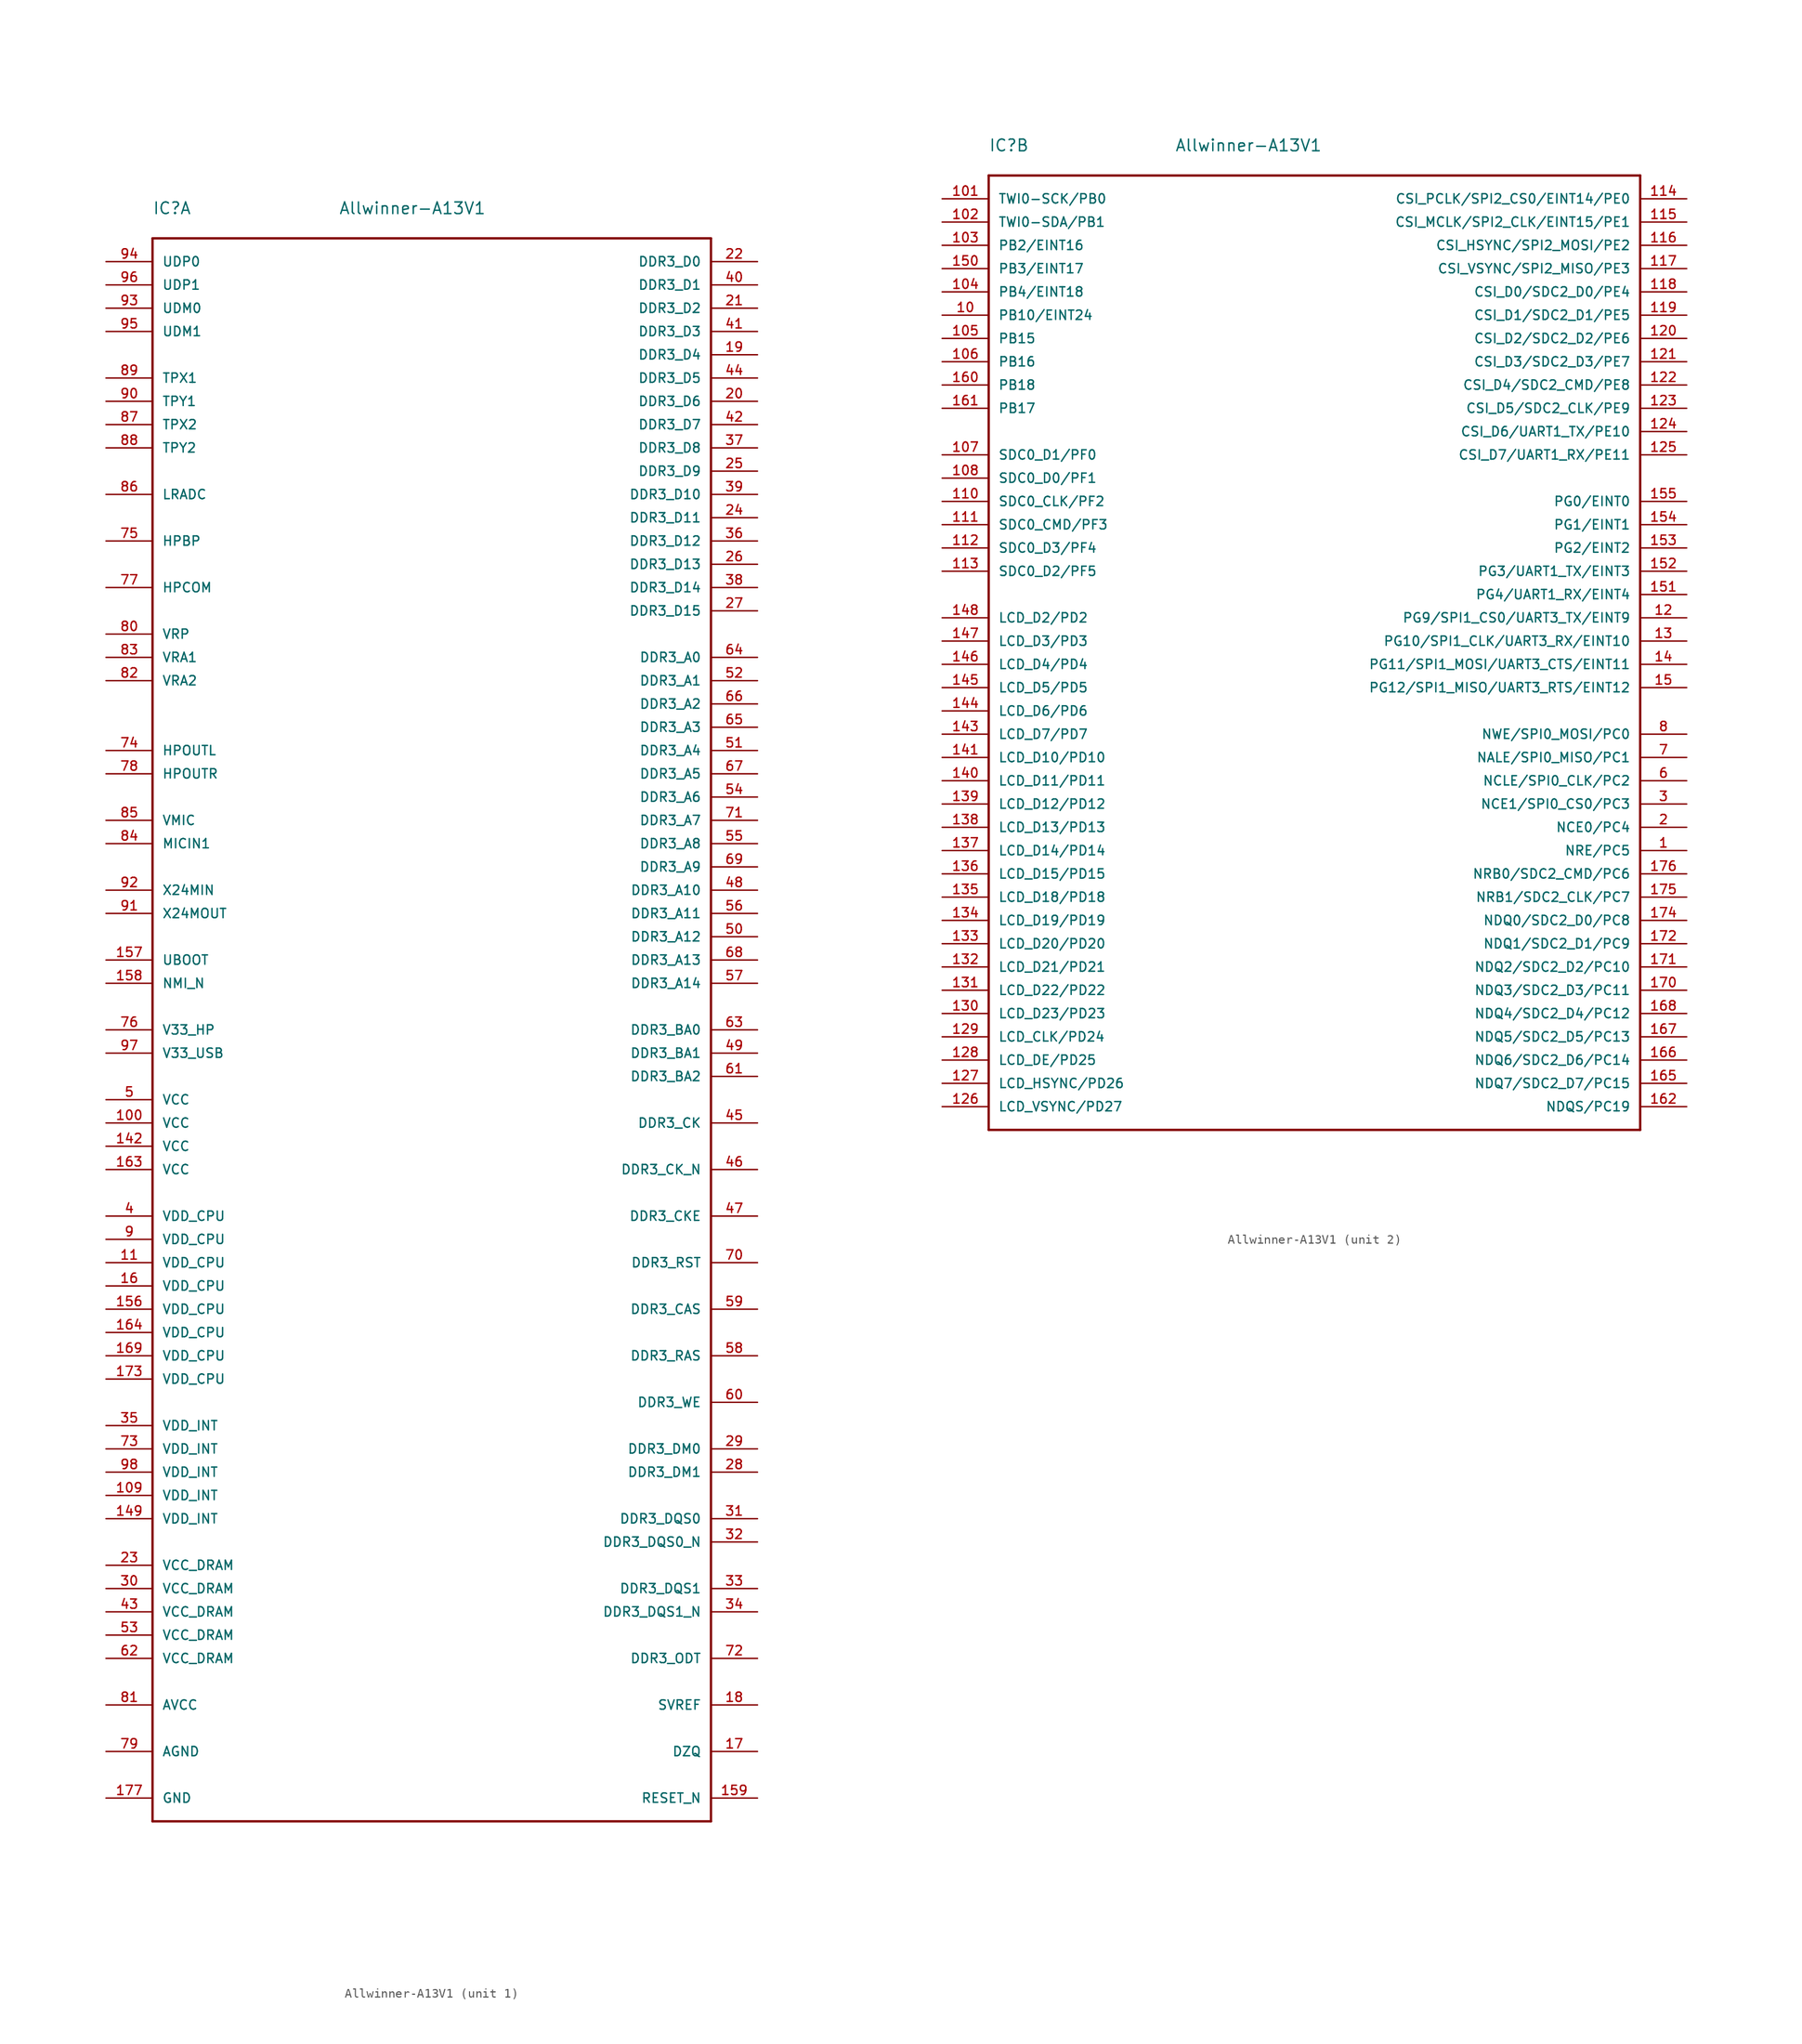
<source format=kicad_sym>
(kicad_symbol_lib
  (version 20220914)
  (generator kicad_symbol_editor)
  (symbol "Allwinner-A13V1"
    (pin_names
      (offset 1.016))
    (property "Reference" "IC"
      (at 0 2.54 0)
      (effects (font (size 1.27 1.27)) (justify left bottom)))
    (property "Value" "Allwinner-A13V1"
      (at 20.32 2.54 0)
      (effects (font (size 1.27 1.27)) (justify left bottom)))
    (property "ki_locked" ""
      (at 0 0 0)
      (effects (font (size 1.27 1.27))))
    (symbol "Allwinner-A13V1_1_0"
      (polyline (pts (xy 0 -172.72) (xy 0 0)) (stroke (width 0.254) (type solid)) (fill (type none)))
      (polyline (pts (xy 0 0) (xy 60.96 0)) (stroke (width 0.254) (type solid)) (fill (type none)))
      (polyline (pts (xy 60.96 -172.72) (xy 0 -172.72)) (stroke (width 0.254) (type solid)) (fill (type none)))
      (polyline (pts (xy 60.96 0) (xy 60.96 -172.72)) (stroke (width 0.254) (type solid)) (fill (type none)))
      (pin power_in line (at -5.08 -96.52 0) (length 5.08) (name "VCC" (effects (font (size 1.016 1.016)))) (number "100" (effects (font (size 1.016 1.016)))))
      (pin power_in line (at -5.08 -137.16 0) (length 5.08) (name "VDD_INT" (effects (font (size 1.016 1.016)))) (number "109" (effects (font (size 1.016 1.016)))))
      (pin power_in line (at -5.08 -111.76 0) (length 5.08) (name "VDD_CPU" (effects (font (size 1.016 1.016)))) (number "11" (effects (font (size 1.016 1.016)))))
      (pin power_in line (at -5.08 -99.06 0) (length 5.08) (name "VCC" (effects (font (size 1.016 1.016)))) (number "142" (effects (font (size 1.016 1.016)))))
      (pin power_in line (at -5.08 -139.7 0) (length 5.08) (name "VDD_INT" (effects (font (size 1.016 1.016)))) (number "149" (effects (font (size 1.016 1.016)))))
      (pin power_in line (at -5.08 -116.84 0) (length 5.08) (name "VDD_CPU" (effects (font (size 1.016 1.016)))) (number "156" (effects (font (size 1.016 1.016)))))
      (pin input line (at -5.08 -78.74 0) (length 5.08) (name "UBOOT" (effects (font (size 1.016 1.016)))) (number "157" (effects (font (size 1.016 1.016)))))
      (pin bidirectional line (at -5.08 -81.28 0) (length 5.08) (name "NMI_N" (effects (font (size 1.016 1.016)))) (number "158" (effects (font (size 1.016 1.016)))))
      (pin bidirectional line (at 66.04 -170.18 180) (length 5.08) (name "RESET_N" (effects (font (size 1.016 1.016)))) (number "159" (effects (font (size 1.016 1.016)))))
      (pin power_in line (at -5.08 -114.3 0) (length 5.08) (name "VDD_CPU" (effects (font (size 1.016 1.016)))) (number "16" (effects (font (size 1.016 1.016)))))
      (pin power_in line (at -5.08 -101.6 0) (length 5.08) (name "VCC" (effects (font (size 1.016 1.016)))) (number "163" (effects (font (size 1.016 1.016)))))
      (pin power_in line (at -5.08 -119.38 0) (length 5.08) (name "VDD_CPU" (effects (font (size 1.016 1.016)))) (number "164" (effects (font (size 1.016 1.016)))))
      (pin power_in line (at -5.08 -121.92 0) (length 5.08) (name "VDD_CPU" (effects (font (size 1.016 1.016)))) (number "169" (effects (font (size 1.016 1.016)))))
      (pin bidirectional line (at 66.04 -165.1 180) (length 5.08) (name "DZQ" (effects (font (size 1.016 1.016)))) (number "17" (effects (font (size 1.016 1.016)))))
      (pin power_in line (at -5.08 -124.46 0) (length 5.08) (name "VDD_CPU" (effects (font (size 1.016 1.016)))) (number "173" (effects (font (size 1.016 1.016)))))
      (pin power_in line (at -5.08 -170.18 0) (length 5.08) (name "GND" (effects (font (size 1.016 1.016)))) (number "177" (effects (font (size 1.016 1.016)))))
      (pin power_in line (at 66.04 -160.02 180) (length 5.08) (name "SVREF" (effects (font (size 1.016 1.016)))) (number "18" (effects (font (size 1.016 1.016)))))
      (pin bidirectional line (at 66.04 -12.7 180) (length 5.08) (name "DDR3_D4" (effects (font (size 1.016 1.016)))) (number "19" (effects (font (size 1.016 1.016)))))
      (pin bidirectional line (at 66.04 -17.78 180) (length 5.08) (name "DDR3_D6" (effects (font (size 1.016 1.016)))) (number "20" (effects (font (size 1.016 1.016)))))
      (pin bidirectional line (at 66.04 -7.62 180) (length 5.08) (name "DDR3_D2" (effects (font (size 1.016 1.016)))) (number "21" (effects (font (size 1.016 1.016)))))
      (pin bidirectional line (at 66.04 -2.54 180) (length 5.08) (name "DDR3_D0" (effects (font (size 1.016 1.016)))) (number "22" (effects (font (size 1.016 1.016)))))
      (pin power_in line (at -5.08 -144.78 0) (length 5.08) (name "VCC_DRAM" (effects (font (size 1.016 1.016)))) (number "23" (effects (font (size 1.016 1.016)))))
      (pin bidirectional line (at 66.04 -30.48 180) (length 5.08) (name "DDR3_D11" (effects (font (size 1.016 1.016)))) (number "24" (effects (font (size 1.016 1.016)))))
      (pin bidirectional line (at 66.04 -25.4 180) (length 5.08) (name "DDR3_D9" (effects (font (size 1.016 1.016)))) (number "25" (effects (font (size 1.016 1.016)))))
      (pin bidirectional line (at 66.04 -35.56 180) (length 5.08) (name "DDR3_D13" (effects (font (size 1.016 1.016)))) (number "26" (effects (font (size 1.016 1.016)))))
      (pin bidirectional line (at 66.04 -40.64 180) (length 5.08) (name "DDR3_D15" (effects (font (size 1.016 1.016)))) (number "27" (effects (font (size 1.016 1.016)))))
      (pin output line (at 66.04 -134.62 180) (length 5.08) (name "DDR3_DM1" (effects (font (size 1.016 1.016)))) (number "28" (effects (font (size 1.016 1.016)))))
      (pin output line (at 66.04 -132.08 180) (length 5.08) (name "DDR3_DM0" (effects (font (size 1.016 1.016)))) (number "29" (effects (font (size 1.016 1.016)))))
      (pin power_in line (at -5.08 -147.32 0) (length 5.08) (name "VCC_DRAM" (effects (font (size 1.016 1.016)))) (number "30" (effects (font (size 1.016 1.016)))))
      (pin bidirectional line (at 66.04 -139.7 180) (length 5.08) (name "DDR3_DQS0" (effects (font (size 1.016 1.016)))) (number "31" (effects (font (size 1.016 1.016)))))
      (pin bidirectional line (at 66.04 -142.24 180) (length 5.08) (name "DDR3_DQS0_N" (effects (font (size 1.016 1.016)))) (number "32" (effects (font (size 1.016 1.016)))))
      (pin bidirectional line (at 66.04 -147.32 180) (length 5.08) (name "DDR3_DQS1" (effects (font (size 1.016 1.016)))) (number "33" (effects (font (size 1.016 1.016)))))
      (pin bidirectional line (at 66.04 -149.86 180) (length 5.08) (name "DDR3_DQS1_N" (effects (font (size 1.016 1.016)))) (number "34" (effects (font (size 1.016 1.016)))))
      (pin power_in line (at -5.08 -129.54 0) (length 5.08) (name "VDD_INT" (effects (font (size 1.016 1.016)))) (number "35" (effects (font (size 1.016 1.016)))))
      (pin bidirectional line (at 66.04 -33.02 180) (length 5.08) (name "DDR3_D12" (effects (font (size 1.016 1.016)))) (number "36" (effects (font (size 1.016 1.016)))))
      (pin bidirectional line (at 66.04 -22.86 180) (length 5.08) (name "DDR3_D8" (effects (font (size 1.016 1.016)))) (number "37" (effects (font (size 1.016 1.016)))))
      (pin bidirectional line (at 66.04 -38.1 180) (length 5.08) (name "DDR3_D14" (effects (font (size 1.016 1.016)))) (number "38" (effects (font (size 1.016 1.016)))))
      (pin bidirectional line (at 66.04 -27.94 180) (length 5.08) (name "DDR3_D10" (effects (font (size 1.016 1.016)))) (number "39" (effects (font (size 1.016 1.016)))))
      (pin power_in line (at -5.08 -106.68 0) (length 5.08) (name "VDD_CPU" (effects (font (size 1.016 1.016)))) (number "4" (effects (font (size 1.016 1.016)))))
      (pin bidirectional line (at 66.04 -5.08 180) (length 5.08) (name "DDR3_D1" (effects (font (size 1.016 1.016)))) (number "40" (effects (font (size 1.016 1.016)))))
      (pin bidirectional line (at 66.04 -10.16 180) (length 5.08) (name "DDR3_D3" (effects (font (size 1.016 1.016)))) (number "41" (effects (font (size 1.016 1.016)))))
      (pin bidirectional line (at 66.04 -20.32 180) (length 5.08) (name "DDR3_D7" (effects (font (size 1.016 1.016)))) (number "42" (effects (font (size 1.016 1.016)))))
      (pin power_in line (at -5.08 -149.86 0) (length 5.08) (name "VCC_DRAM" (effects (font (size 1.016 1.016)))) (number "43" (effects (font (size 1.016 1.016)))))
      (pin bidirectional line (at 66.04 -15.24 180) (length 5.08) (name "DDR3_D5" (effects (font (size 1.016 1.016)))) (number "44" (effects (font (size 1.016 1.016)))))
      (pin output line (at 66.04 -96.52 180) (length 5.08) (name "DDR3_CK" (effects (font (size 1.016 1.016)))) (number "45" (effects (font (size 1.016 1.016)))))
      (pin output line (at 66.04 -101.6 180) (length 5.08) (name "DDR3_CK_N" (effects (font (size 1.016 1.016)))) (number "46" (effects (font (size 1.016 1.016)))))
      (pin output line (at 66.04 -106.68 180) (length 5.08) (name "DDR3_CKE" (effects (font (size 1.016 1.016)))) (number "47" (effects (font (size 1.016 1.016)))))
      (pin output line (at 66.04 -71.12 180) (length 5.08) (name "DDR3_A10" (effects (font (size 1.016 1.016)))) (number "48" (effects (font (size 1.016 1.016)))))
      (pin output line (at 66.04 -88.9 180) (length 5.08) (name "DDR3_BA1" (effects (font (size 1.016 1.016)))) (number "49" (effects (font (size 1.016 1.016)))))
      (pin power_in line (at -5.08 -93.98 0) (length 5.08) (name "VCC" (effects (font (size 1.016 1.016)))) (number "5" (effects (font (size 1.016 1.016)))))
      (pin output line (at 66.04 -76.2 180) (length 5.08) (name "DDR3_A12" (effects (font (size 1.016 1.016)))) (number "50" (effects (font (size 1.016 1.016)))))
      (pin output line (at 66.04 -55.88 180) (length 5.08) (name "DDR3_A4" (effects (font (size 1.016 1.016)))) (number "51" (effects (font (size 1.016 1.016)))))
      (pin output line (at 66.04 -48.26 180) (length 5.08) (name "DDR3_A1" (effects (font (size 1.016 1.016)))) (number "52" (effects (font (size 1.016 1.016)))))
      (pin power_in line (at -5.08 -152.4 0) (length 5.08) (name "VCC_DRAM" (effects (font (size 1.016 1.016)))) (number "53" (effects (font (size 1.016 1.016)))))
      (pin output line (at 66.04 -60.96 180) (length 5.08) (name "DDR3_A6" (effects (font (size 1.016 1.016)))) (number "54" (effects (font (size 1.016 1.016)))))
      (pin output line (at 66.04 -66.04 180) (length 5.08) (name "DDR3_A8" (effects (font (size 1.016 1.016)))) (number "55" (effects (font (size 1.016 1.016)))))
      (pin output line (at 66.04 -73.66 180) (length 5.08) (name "DDR3_A11" (effects (font (size 1.016 1.016)))) (number "56" (effects (font (size 1.016 1.016)))))
      (pin output line (at 66.04 -81.28 180) (length 5.08) (name "DDR3_A14" (effects (font (size 1.016 1.016)))) (number "57" (effects (font (size 1.016 1.016)))))
      (pin output line (at 66.04 -121.92 180) (length 5.08) (name "DDR3_RAS" (effects (font (size 1.016 1.016)))) (number "58" (effects (font (size 1.016 1.016)))))
      (pin output line (at 66.04 -116.84 180) (length 5.08) (name "DDR3_CAS" (effects (font (size 1.016 1.016)))) (number "59" (effects (font (size 1.016 1.016)))))
      (pin output line (at 66.04 -127 180) (length 5.08) (name "DDR3_WE" (effects (font (size 1.016 1.016)))) (number "60" (effects (font (size 1.016 1.016)))))
      (pin output line (at 66.04 -91.44 180) (length 5.08) (name "DDR3_BA2" (effects (font (size 1.016 1.016)))) (number "61" (effects (font (size 1.016 1.016)))))
      (pin power_in line (at -5.08 -154.94 0) (length 5.08) (name "VCC_DRAM" (effects (font (size 1.016 1.016)))) (number "62" (effects (font (size 1.016 1.016)))))
      (pin output line (at 66.04 -86.36 180) (length 5.08) (name "DDR3_BA0" (effects (font (size 1.016 1.016)))) (number "63" (effects (font (size 1.016 1.016)))))
      (pin output line (at 66.04 -45.72 180) (length 5.08) (name "DDR3_A0" (effects (font (size 1.016 1.016)))) (number "64" (effects (font (size 1.016 1.016)))))
      (pin output line (at 66.04 -53.34 180) (length 5.08) (name "DDR3_A3" (effects (font (size 1.016 1.016)))) (number "65" (effects (font (size 1.016 1.016)))))
      (pin output line (at 66.04 -50.8 180) (length 5.08) (name "DDR3_A2" (effects (font (size 1.016 1.016)))) (number "66" (effects (font (size 1.016 1.016)))))
      (pin output line (at 66.04 -58.42 180) (length 5.08) (name "DDR3_A5" (effects (font (size 1.016 1.016)))) (number "67" (effects (font (size 1.016 1.016)))))
      (pin output line (at 66.04 -78.74 180) (length 5.08) (name "DDR3_A13" (effects (font (size 1.016 1.016)))) (number "68" (effects (font (size 1.016 1.016)))))
      (pin output line (at 66.04 -68.58 180) (length 5.08) (name "DDR3_A9" (effects (font (size 1.016 1.016)))) (number "69" (effects (font (size 1.016 1.016)))))
      (pin output line (at 66.04 -111.76 180) (length 5.08) (name "DDR3_RST" (effects (font (size 1.016 1.016)))) (number "70" (effects (font (size 1.016 1.016)))))
      (pin output line (at 66.04 -63.5 180) (length 5.08) (name "DDR3_A7" (effects (font (size 1.016 1.016)))) (number "71" (effects (font (size 1.016 1.016)))))
      (pin output line (at 66.04 -154.94 180) (length 5.08) (name "DDR3_ODT" (effects (font (size 1.016 1.016)))) (number "72" (effects (font (size 1.016 1.016)))))
      (pin power_in line (at -5.08 -132.08 0) (length 5.08) (name "VDD_INT" (effects (font (size 1.016 1.016)))) (number "73" (effects (font (size 1.016 1.016)))))
      (pin output line (at -5.08 -55.88 0) (length 5.08) (name "HPOUTL" (effects (font (size 1.016 1.016)))) (number "74" (effects (font (size 1.016 1.016)))))
      (pin output line (at -5.08 -33.02 0) (length 5.08) (name "HPBP" (effects (font (size 1.016 1.016)))) (number "75" (effects (font (size 1.016 1.016)))))
      (pin power_in line (at -5.08 -86.36 0) (length 5.08) (name "V33_HP" (effects (font (size 1.016 1.016)))) (number "76" (effects (font (size 1.016 1.016)))))
      (pin output line (at -5.08 -38.1 0) (length 5.08) (name "HPCOM" (effects (font (size 1.016 1.016)))) (number "77" (effects (font (size 1.016 1.016)))))
      (pin output line (at -5.08 -58.42 0) (length 5.08) (name "HPOUTR" (effects (font (size 1.016 1.016)))) (number "78" (effects (font (size 1.016 1.016)))))
      (pin power_in line (at -5.08 -165.1 0) (length 5.08) (name "AGND" (effects (font (size 1.016 1.016)))) (number "79" (effects (font (size 1.016 1.016)))))
      (pin bidirectional line (at -5.08 -43.18 0) (length 5.08) (name "VRP" (effects (font (size 1.016 1.016)))) (number "80" (effects (font (size 1.016 1.016)))))
      (pin power_in line (at -5.08 -160.02 0) (length 5.08) (name "AVCC" (effects (font (size 1.016 1.016)))) (number "81" (effects (font (size 1.016 1.016)))))
      (pin bidirectional line (at -5.08 -48.26 0) (length 5.08) (name "VRA2" (effects (font (size 1.016 1.016)))) (number "82" (effects (font (size 1.016 1.016)))))
      (pin bidirectional line (at -5.08 -45.72 0) (length 5.08) (name "VRA1" (effects (font (size 1.016 1.016)))) (number "83" (effects (font (size 1.016 1.016)))))
      (pin input line (at -5.08 -66.04 0) (length 5.08) (name "MICIN1" (effects (font (size 1.016 1.016)))) (number "84" (effects (font (size 1.016 1.016)))))
      (pin power_in line (at -5.08 -63.5 0) (length 5.08) (name "VMIC" (effects (font (size 1.016 1.016)))) (number "85" (effects (font (size 1.016 1.016)))))
      (pin input line (at -5.08 -27.94 0) (length 5.08) (name "LRADC" (effects (font (size 1.016 1.016)))) (number "86" (effects (font (size 1.016 1.016)))))
      (pin input line (at -5.08 -20.32 0) (length 5.08) (name "TPX2" (effects (font (size 1.016 1.016)))) (number "87" (effects (font (size 1.016 1.016)))))
      (pin input line (at -5.08 -22.86 0) (length 5.08) (name "TPY2" (effects (font (size 1.016 1.016)))) (number "88" (effects (font (size 1.016 1.016)))))
      (pin input line (at -5.08 -15.24 0) (length 5.08) (name "TPX1" (effects (font (size 1.016 1.016)))) (number "89" (effects (font (size 1.016 1.016)))))
      (pin power_in line (at -5.08 -109.22 0) (length 5.08) (name "VDD_CPU" (effects (font (size 1.016 1.016)))) (number "9" (effects (font (size 1.016 1.016)))))
      (pin input line (at -5.08 -17.78 0) (length 5.08) (name "TPY1" (effects (font (size 1.016 1.016)))) (number "90" (effects (font (size 1.016 1.016)))))
      (pin output line (at -5.08 -73.66 0) (length 5.08) (name "X24MOUT" (effects (font (size 1.016 1.016)))) (number "91" (effects (font (size 1.016 1.016)))))
      (pin input line (at -5.08 -71.12 0) (length 5.08) (name "X24MIN" (effects (font (size 1.016 1.016)))) (number "92" (effects (font (size 1.016 1.016)))))
      (pin bidirectional line (at -5.08 -7.62 0) (length 5.08) (name "UDM0" (effects (font (size 1.016 1.016)))) (number "93" (effects (font (size 1.016 1.016)))))
      (pin bidirectional line (at -5.08 -2.54 0) (length 5.08) (name "UDP0" (effects (font (size 1.016 1.016)))) (number "94" (effects (font (size 1.016 1.016)))))
      (pin bidirectional line (at -5.08 -10.16 0) (length 5.08) (name "UDM1" (effects (font (size 1.016 1.016)))) (number "95" (effects (font (size 1.016 1.016)))))
      (pin bidirectional line (at -5.08 -5.08 0) (length 5.08) (name "UDP1" (effects (font (size 1.016 1.016)))) (number "96" (effects (font (size 1.016 1.016)))))
      (pin power_in line (at -5.08 -88.9 0) (length 5.08) (name "V33_USB" (effects (font (size 1.016 1.016)))) (number "97" (effects (font (size 1.016 1.016)))))
      (pin power_in line (at -5.08 -134.62 0) (length 5.08) (name "VDD_INT" (effects (font (size 1.016 1.016)))) (number "98" (effects (font (size 1.016 1.016))))))
    (symbol "Allwinner-A13V1_2_0"
      (polyline (pts (xy 0 -104.14) (xy 0 0)) (stroke (width 0.254) (type solid)) (fill (type none)))
      (polyline (pts (xy 0 0) (xy 71.12 0)) (stroke (width 0.254) (type solid)) (fill (type none)))
      (polyline (pts (xy 71.12 -104.14) (xy 0 -104.14)) (stroke (width 0.254) (type solid)) (fill (type none)))
      (polyline (pts (xy 71.12 0) (xy 71.12 -104.14)) (stroke (width 0.254) (type solid)) (fill (type none)))
      (pin output line (at 76.2 -73.66 180) (length 5.08) (name "NRE/PC5" (effects (font (size 1.016 1.016)))) (number "1" (effects (font (size 1.016 1.016)))))
      (pin bidirectional line (at -5.08 -15.24 0) (length 5.08) (name "PB10/EINT24" (effects (font (size 1.016 1.016)))) (number "10" (effects (font (size 1.016 1.016)))))
      (pin bidirectional line (at -5.08 -2.54 0) (length 5.08) (name "TWI0-SCK/PB0" (effects (font (size 1.016 1.016)))) (number "101" (effects (font (size 1.016 1.016)))))
      (pin bidirectional line (at -5.08 -5.08 0) (length 5.08) (name "TWI0-SDA/PB1" (effects (font (size 1.016 1.016)))) (number "102" (effects (font (size 1.016 1.016)))))
      (pin bidirectional line (at -5.08 -7.62 0) (length 5.08) (name "PB2/EINT16" (effects (font (size 1.016 1.016)))) (number "103" (effects (font (size 1.016 1.016)))))
      (pin bidirectional line (at -5.08 -12.7 0) (length 5.08) (name "PB4/EINT18" (effects (font (size 1.016 1.016)))) (number "104" (effects (font (size 1.016 1.016)))))
      (pin bidirectional line (at -5.08 -17.78 0) (length 5.08) (name "PB15" (effects (font (size 1.016 1.016)))) (number "105" (effects (font (size 1.016 1.016)))))
      (pin bidirectional line (at -5.08 -20.32 0) (length 5.08) (name "PB16" (effects (font (size 1.016 1.016)))) (number "106" (effects (font (size 1.016 1.016)))))
      (pin bidirectional line (at -5.08 -30.48 0) (length 5.08) (name "SDC0_D1/PF0" (effects (font (size 1.016 1.016)))) (number "107" (effects (font (size 1.016 1.016)))))
      (pin bidirectional line (at -5.08 -33.02 0) (length 5.08) (name "SDC0_D0/PF1" (effects (font (size 1.016 1.016)))) (number "108" (effects (font (size 1.016 1.016)))))
      (pin bidirectional line (at -5.08 -35.56 0) (length 5.08) (name "SDC0_CLK/PF2" (effects (font (size 1.016 1.016)))) (number "110" (effects (font (size 1.016 1.016)))))
      (pin bidirectional line (at -5.08 -38.1 0) (length 5.08) (name "SDC0_CMD/PF3" (effects (font (size 1.016 1.016)))) (number "111" (effects (font (size 1.016 1.016)))))
      (pin bidirectional line (at -5.08 -40.64 0) (length 5.08) (name "SDC0_D3/PF4" (effects (font (size 1.016 1.016)))) (number "112" (effects (font (size 1.016 1.016)))))
      (pin bidirectional line (at -5.08 -43.18 0) (length 5.08) (name "SDC0_D2/PF5" (effects (font (size 1.016 1.016)))) (number "113" (effects (font (size 1.016 1.016)))))
      (pin bidirectional line (at 76.2 -2.54 180) (length 5.08) (name "CSI_PCLK/SPI2_CS0/EINT14/PE0" (effects (font (size 1.016 1.016)))) (number "114" (effects (font (size 1.016 1.016)))))
      (pin bidirectional line (at 76.2 -5.08 180) (length 5.08) (name "CSI_MCLK/SPI2_CLK/EINT15/PE1" (effects (font (size 1.016 1.016)))) (number "115" (effects (font (size 1.016 1.016)))))
      (pin bidirectional line (at 76.2 -7.62 180) (length 5.08) (name "CSI_HSYNC/SPI2_MOSI/PE2" (effects (font (size 1.016 1.016)))) (number "116" (effects (font (size 1.016 1.016)))))
      (pin bidirectional line (at 76.2 -10.16 180) (length 5.08) (name "CSI_VSYNC/SPI2_MISO/PE3" (effects (font (size 1.016 1.016)))) (number "117" (effects (font (size 1.016 1.016)))))
      (pin bidirectional line (at 76.2 -12.7 180) (length 5.08) (name "CSI_D0/SDC2_D0/PE4" (effects (font (size 1.016 1.016)))) (number "118" (effects (font (size 1.016 1.016)))))
      (pin bidirectional line (at 76.2 -15.24 180) (length 5.08) (name "CSI_D1/SDC2_D1/PE5" (effects (font (size 1.016 1.016)))) (number "119" (effects (font (size 1.016 1.016)))))
      (pin bidirectional line (at 76.2 -48.26 180) (length 5.08) (name "PG9/SPI1_CS0/UART3_TX/EINT9" (effects (font (size 1.016 1.016)))) (number "12" (effects (font (size 1.016 1.016)))))
      (pin bidirectional line (at 76.2 -17.78 180) (length 5.08) (name "CSI_D2/SDC2_D2/PE6" (effects (font (size 1.016 1.016)))) (number "120" (effects (font (size 1.016 1.016)))))
      (pin bidirectional line (at 76.2 -20.32 180) (length 5.08) (name "CSI_D3/SDC2_D3/PE7" (effects (font (size 1.016 1.016)))) (number "121" (effects (font (size 1.016 1.016)))))
      (pin bidirectional line (at 76.2 -22.86 180) (length 5.08) (name "CSI_D4/SDC2_CMD/PE8" (effects (font (size 1.016 1.016)))) (number "122" (effects (font (size 1.016 1.016)))))
      (pin bidirectional line (at 76.2 -25.4 180) (length 5.08) (name "CSI_D5/SDC2_CLK/PE9" (effects (font (size 1.016 1.016)))) (number "123" (effects (font (size 1.016 1.016)))))
      (pin bidirectional line (at 76.2 -27.94 180) (length 5.08) (name "CSI_D6/UART1_TX/PE10" (effects (font (size 1.016 1.016)))) (number "124" (effects (font (size 1.016 1.016)))))
      (pin bidirectional line (at 76.2 -30.48 180) (length 5.08) (name "CSI_D7/UART1_RX/PE11" (effects (font (size 1.016 1.016)))) (number "125" (effects (font (size 1.016 1.016)))))
      (pin bidirectional line (at -5.08 -101.6 0) (length 5.08) (name "LCD_VSYNC/PD27" (effects (font (size 1.016 1.016)))) (number "126" (effects (font (size 1.016 1.016)))))
      (pin bidirectional line (at -5.08 -99.06 0) (length 5.08) (name "LCD_HSYNC/PD26" (effects (font (size 1.016 1.016)))) (number "127" (effects (font (size 1.016 1.016)))))
      (pin bidirectional line (at -5.08 -96.52 0) (length 5.08) (name "LCD_DE/PD25" (effects (font (size 1.016 1.016)))) (number "128" (effects (font (size 1.016 1.016)))))
      (pin bidirectional line (at -5.08 -93.98 0) (length 5.08) (name "LCD_CLK/PD24" (effects (font (size 1.016 1.016)))) (number "129" (effects (font (size 1.016 1.016)))))
      (pin bidirectional line (at 76.2 -50.8 180) (length 5.08) (name "PG10/SPI1_CLK/UART3_RX/EINT10" (effects (font (size 1.016 1.016)))) (number "13" (effects (font (size 1.016 1.016)))))
      (pin bidirectional line (at -5.08 -91.44 0) (length 5.08) (name "LCD_D23/PD23" (effects (font (size 1.016 1.016)))) (number "130" (effects (font (size 1.016 1.016)))))
      (pin bidirectional line (at -5.08 -88.9 0) (length 5.08) (name "LCD_D22/PD22" (effects (font (size 1.016 1.016)))) (number "131" (effects (font (size 1.016 1.016)))))
      (pin bidirectional line (at -5.08 -86.36 0) (length 5.08) (name "LCD_D21/PD21" (effects (font (size 1.016 1.016)))) (number "132" (effects (font (size 1.016 1.016)))))
      (pin bidirectional line (at -5.08 -83.82 0) (length 5.08) (name "LCD_D20/PD20" (effects (font (size 1.016 1.016)))) (number "133" (effects (font (size 1.016 1.016)))))
      (pin bidirectional line (at -5.08 -81.28 0) (length 5.08) (name "LCD_D19/PD19" (effects (font (size 1.016 1.016)))) (number "134" (effects (font (size 1.016 1.016)))))
      (pin bidirectional line (at -5.08 -78.74 0) (length 5.08) (name "LCD_D18/PD18" (effects (font (size 1.016 1.016)))) (number "135" (effects (font (size 1.016 1.016)))))
      (pin bidirectional line (at -5.08 -76.2 0) (length 5.08) (name "LCD_D15/PD15" (effects (font (size 1.016 1.016)))) (number "136" (effects (font (size 1.016 1.016)))))
      (pin bidirectional line (at -5.08 -73.66 0) (length 5.08) (name "LCD_D14/PD14" (effects (font (size 1.016 1.016)))) (number "137" (effects (font (size 1.016 1.016)))))
      (pin bidirectional line (at -5.08 -71.12 0) (length 5.08) (name "LCD_D13/PD13" (effects (font (size 1.016 1.016)))) (number "138" (effects (font (size 1.016 1.016)))))
      (pin bidirectional line (at -5.08 -68.58 0) (length 5.08) (name "LCD_D12/PD12" (effects (font (size 1.016 1.016)))) (number "139" (effects (font (size 1.016 1.016)))))
      (pin bidirectional line (at 76.2 -53.34 180) (length 5.08) (name "PG11/SPI1_MOSI/UART3_CTS/EINT11" (effects (font (size 1.016 1.016)))) (number "14" (effects (font (size 1.016 1.016)))))
      (pin bidirectional line (at -5.08 -66.04 0) (length 5.08) (name "LCD_D11/PD11" (effects (font (size 1.016 1.016)))) (number "140" (effects (font (size 1.016 1.016)))))
      (pin bidirectional line (at -5.08 -63.5 0) (length 5.08) (name "LCD_D10/PD10" (effects (font (size 1.016 1.016)))) (number "141" (effects (font (size 1.016 1.016)))))
      (pin bidirectional line (at -5.08 -60.96 0) (length 5.08) (name "LCD_D7/PD7" (effects (font (size 1.016 1.016)))) (number "143" (effects (font (size 1.016 1.016)))))
      (pin bidirectional line (at -5.08 -58.42 0) (length 5.08) (name "LCD_D6/PD6" (effects (font (size 1.016 1.016)))) (number "144" (effects (font (size 1.016 1.016)))))
      (pin bidirectional line (at -5.08 -55.88 0) (length 5.08) (name "LCD_D5/PD5" (effects (font (size 1.016 1.016)))) (number "145" (effects (font (size 1.016 1.016)))))
      (pin bidirectional line (at -5.08 -53.34 0) (length 5.08) (name "LCD_D4/PD4" (effects (font (size 1.016 1.016)))) (number "146" (effects (font (size 1.016 1.016)))))
      (pin bidirectional line (at -5.08 -50.8 0) (length 5.08) (name "LCD_D3/PD3" (effects (font (size 1.016 1.016)))) (number "147" (effects (font (size 1.016 1.016)))))
      (pin bidirectional line (at -5.08 -48.26 0) (length 5.08) (name "LCD_D2/PD2" (effects (font (size 1.016 1.016)))) (number "148" (effects (font (size 1.016 1.016)))))
      (pin bidirectional line (at 76.2 -55.88 180) (length 5.08) (name "PG12/SPI1_MISO/UART3_RTS/EINT12" (effects (font (size 1.016 1.016)))) (number "15" (effects (font (size 1.016 1.016)))))
      (pin bidirectional line (at -5.08 -10.16 0) (length 5.08) (name "PB3/EINT17" (effects (font (size 1.016 1.016)))) (number "150" (effects (font (size 1.016 1.016)))))
      (pin bidirectional line (at 76.2 -45.72 180) (length 5.08) (name "PG4/UART1_RX/EINT4" (effects (font (size 1.016 1.016)))) (number "151" (effects (font (size 1.016 1.016)))))
      (pin bidirectional line (at 76.2 -43.18 180) (length 5.08) (name "PG3/UART1_TX/EINT3" (effects (font (size 1.016 1.016)))) (number "152" (effects (font (size 1.016 1.016)))))
      (pin bidirectional line (at 76.2 -40.64 180) (length 5.08) (name "PG2/EINT2" (effects (font (size 1.016 1.016)))) (number "153" (effects (font (size 1.016 1.016)))))
      (pin bidirectional line (at 76.2 -38.1 180) (length 5.08) (name "PG1/EINT1" (effects (font (size 1.016 1.016)))) (number "154" (effects (font (size 1.016 1.016)))))
      (pin bidirectional line (at 76.2 -35.56 180) (length 5.08) (name "PG0/EINT0" (effects (font (size 1.016 1.016)))) (number "155" (effects (font (size 1.016 1.016)))))
      (pin bidirectional line (at -5.08 -22.86 0) (length 5.08) (name "PB18" (effects (font (size 1.016 1.016)))) (number "160" (effects (font (size 1.016 1.016)))))
      (pin bidirectional line (at -5.08 -25.4 0) (length 5.08) (name "PB17" (effects (font (size 1.016 1.016)))) (number "161" (effects (font (size 1.016 1.016)))))
      (pin bidirectional line (at 76.2 -101.6 180) (length 5.08) (name "NDQS/PC19" (effects (font (size 1.016 1.016)))) (number "162" (effects (font (size 1.016 1.016)))))
      (pin bidirectional line (at 76.2 -99.06 180) (length 5.08) (name "NDQ7/SDC2_D7/PC15" (effects (font (size 1.016 1.016)))) (number "165" (effects (font (size 1.016 1.016)))))
      (pin bidirectional line (at 76.2 -96.52 180) (length 5.08) (name "NDQ6/SDC2_D6/PC14" (effects (font (size 1.016 1.016)))) (number "166" (effects (font (size 1.016 1.016)))))
      (pin bidirectional line (at 76.2 -93.98 180) (length 5.08) (name "NDQ5/SDC2_D5/PC13" (effects (font (size 1.016 1.016)))) (number "167" (effects (font (size 1.016 1.016)))))
      (pin bidirectional line (at 76.2 -91.44 180) (length 5.08) (name "NDQ4/SDC2_D4/PC12" (effects (font (size 1.016 1.016)))) (number "168" (effects (font (size 1.016 1.016)))))
      (pin bidirectional line (at 76.2 -88.9 180) (length 5.08) (name "NDQ3/SDC2_D3/PC11" (effects (font (size 1.016 1.016)))) (number "170" (effects (font (size 1.016 1.016)))))
      (pin bidirectional line (at 76.2 -86.36 180) (length 5.08) (name "NDQ2/SDC2_D2/PC10" (effects (font (size 1.016 1.016)))) (number "171" (effects (font (size 1.016 1.016)))))
      (pin bidirectional line (at 76.2 -83.82 180) (length 5.08) (name "NDQ1/SDC2_D1/PC9" (effects (font (size 1.016 1.016)))) (number "172" (effects (font (size 1.016 1.016)))))
      (pin bidirectional line (at 76.2 -81.28 180) (length 5.08) (name "NDQ0/SDC2_D0/PC8" (effects (font (size 1.016 1.016)))) (number "174" (effects (font (size 1.016 1.016)))))
      (pin input line (at 76.2 -78.74 180) (length 5.08) (name "NRB1/SDC2_CLK/PC7" (effects (font (size 1.016 1.016)))) (number "175" (effects (font (size 1.016 1.016)))))
      (pin input line (at 76.2 -76.2 180) (length 5.08) (name "NRB0/SDC2_CMD/PC6" (effects (font (size 1.016 1.016)))) (number "176" (effects (font (size 1.016 1.016)))))
      (pin output line (at 76.2 -71.12 180) (length 5.08) (name "NCE0/PC4" (effects (font (size 1.016 1.016)))) (number "2" (effects (font (size 1.016 1.016)))))
      (pin output line (at 76.2 -68.58 180) (length 5.08) (name "NCE1/SPI0_CS0/PC3" (effects (font (size 1.016 1.016)))) (number "3" (effects (font (size 1.016 1.016)))))
      (pin output line (at 76.2 -66.04 180) (length 5.08) (name "NCLE/SPI0_CLK/PC2" (effects (font (size 1.016 1.016)))) (number "6" (effects (font (size 1.016 1.016)))))
      (pin output line (at 76.2 -63.5 180) (length 5.08) (name "NALE/SPI0_MISO/PC1" (effects (font (size 1.016 1.016)))) (number "7" (effects (font (size 1.016 1.016)))))
      (pin output line (at 76.2 -60.96 180) (length 5.08) (name "NWE/SPI0_MOSI/PC0" (effects (font (size 1.016 1.016)))) (number "8" (effects (font (size 1.016 1.016))))))))
</source>
